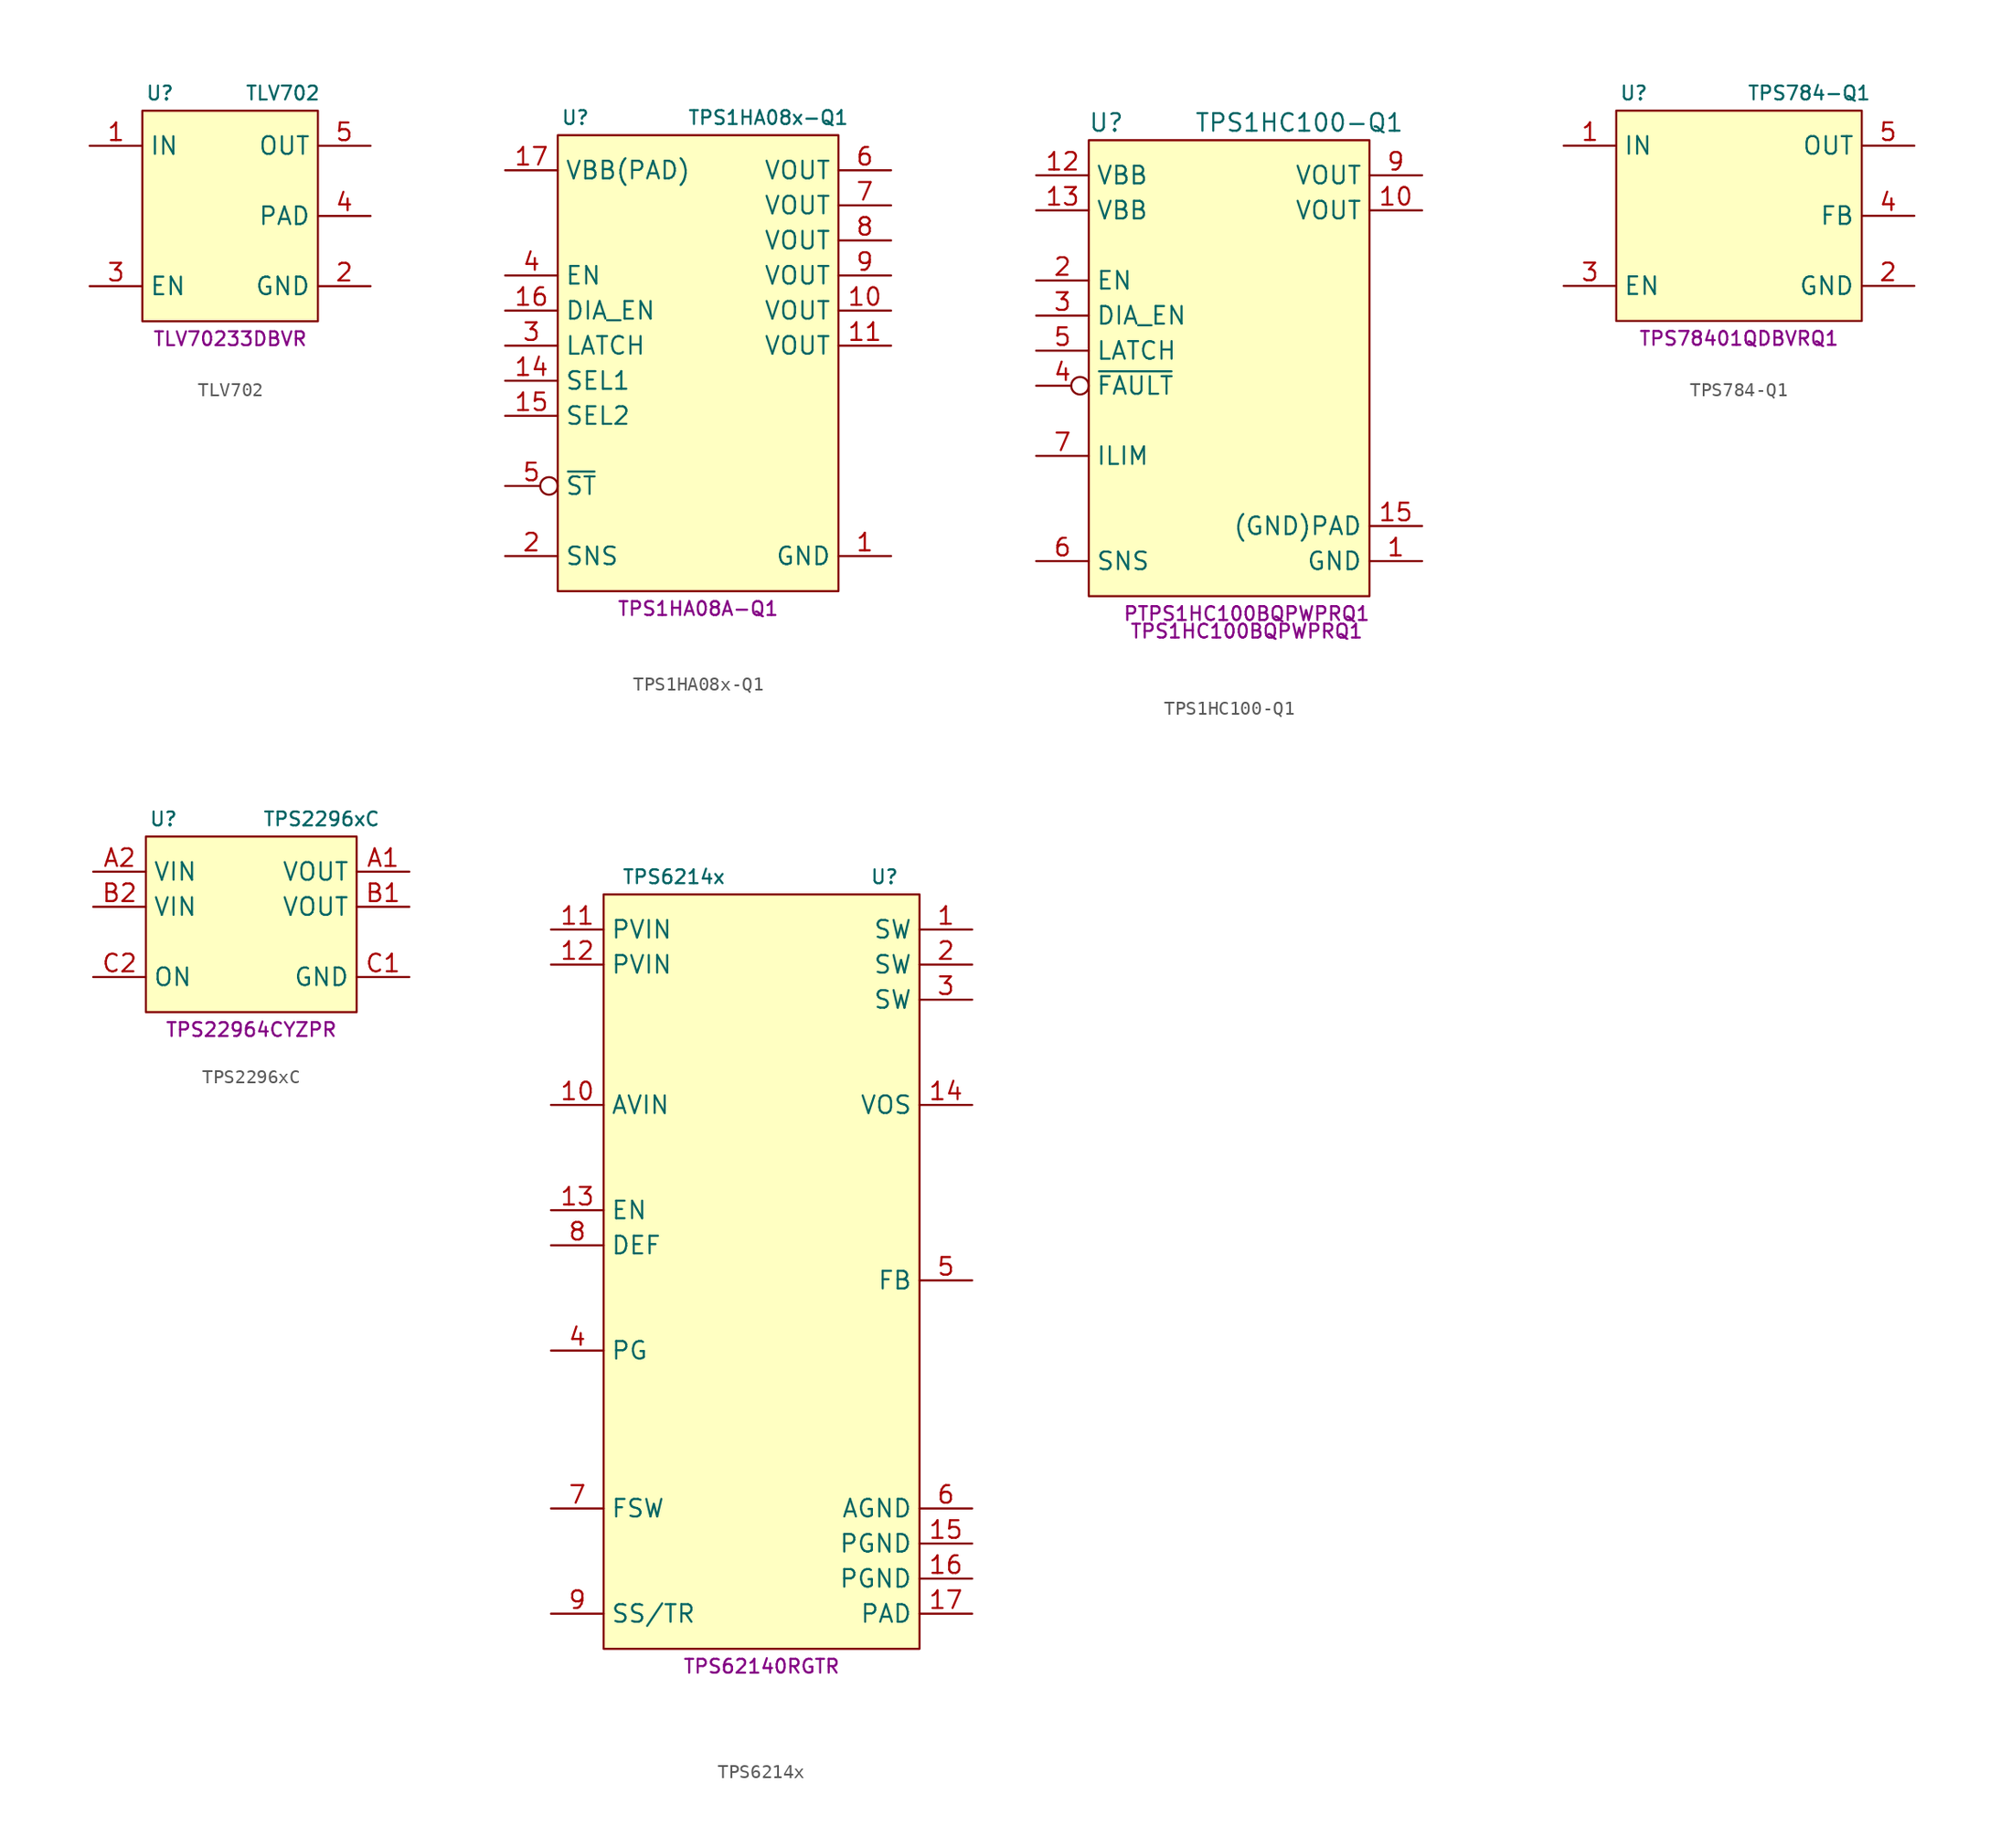
<source format=kicad_sym>
(kicad_symbol_lib
  (version 20231120)
  (generator "kicad_symbol_editor")
  (generator_version "8.0")
  (symbol "TLV702"
    (property "Reference" "U"
      (at -5.08 8.89 0)
      (effects (font (size 1 1))))
    (property "Value" "TLV702"
      (at 3.81 8.89 0)
      (effects (font (size 1 1))))
    (property "MPN" "TLV70233DBVR"
      (at 0 -8.89 0)
      (effects (font (size 1 1))))
    (symbol "TLV702_0_1"
      (rectangle (start -6.35 7.62) (end 6.35 -7.62) (stroke (width 0) (type default)) (fill (type background))))
    (symbol "TLV702_1_1"
      (pin power_in line (at -10.16 5.08 0) (length 3.81) (name "IN" (effects (font (size 1.27 1.27)))) (number "1" (effects (font (size 1.27 1.27)))))
      (pin power_in line (at 10.16 -5.08 180) (length 3.81) (name "GND" (effects (font (size 1.27 1.27)))) (number "2" (effects (font (size 1.27 1.27)))))
      (pin input line (at -10.16 -5.08 0) (length 3.81) (name "EN" (effects (font (size 1.27 1.27)))) (number "3" (effects (font (size 1.27 1.27)))))
      (pin passive line (at 10.16 0 180) (length 3.81) (name "PAD" (effects (font (size 1.27 1.27)))) (number "4" (effects (font (size 1.27 1.27)))))
      (pin power_out line (at 10.16 5.08 180) (length 3.81) (name "OUT" (effects (font (size 1.27 1.27)))) (number "5" (effects (font (size 1.27 1.27)))))))
  (symbol "TPS1HA08x-Q1"
    (property "Reference" "U"
      (at -8.89 19.05 0)
      (effects (font (size 1 1))))
    (property "Value" "TPS1HA08x-Q1"
      (at 5.08 19.05 0)
      (effects (font (size 1 1))))
    (property "MPN" "TPS1HA08A-Q1"
      (at 0 -16.51 0)
      (effects (font (size 1 1))))
    (symbol "TPS1HA08x-Q1_0_1"
      (rectangle (start -10.16 17.78) (end 10.16 -15.24) (stroke (width 0.152) (type default)) (fill (type background))))
    (symbol "TPS1HA08x-Q1_1_1"
      (pin power_in line (at 13.97 -12.7 180) (length 3.81) (name "GND" (effects (font (size 1.27 1.27)))) (number "1" (effects (font (size 1.27 1.27)))))
      (pin power_out line (at 13.97 5.08 180) (length 3.81) (name "VOUT" (effects (font (size 1.27 1.27)))) (number "10" (effects (font (size 1.27 1.27)))))
      (pin power_out line (at 13.97 2.54 180) (length 3.81) (name "VOUT" (effects (font (size 1.27 1.27)))) (number "11" (effects (font (size 1.27 1.27)))))
      (pin input line (at -13.97 0 0) (length 3.81) (name "SEL1" (effects (font (size 1.27 1.27)))) (number "14" (effects (font (size 1.27 1.27)))))
      (pin input line (at -13.97 -2.54 0) (length 3.81) (name "SEL2" (effects (font (size 1.27 1.27)))) (number "15" (effects (font (size 1.27 1.27)))))
      (pin input line (at -13.97 5.08 0) (length 3.81) (name "DIA_EN" (effects (font (size 1.27 1.27)))) (number "16" (effects (font (size 1.27 1.27)))))
      (pin power_out line (at -13.97 15.24 0) (length 3.81) (name "VBB(PAD)" (effects (font (size 1.27 1.27)))) (number "17" (effects (font (size 1.27 1.27)))))
      (pin output line (at -13.97 -12.7 0) (length 3.81) (name "SNS" (effects (font (size 1.27 1.27)))) (number "2" (effects (font (size 1.27 1.27)))))
      (pin input line (at -13.97 2.54 0) (length 3.81) (name "LATCH" (effects (font (size 1.27 1.27)))) (number "3" (effects (font (size 1.27 1.27)))))
      (pin input line (at -13.97 7.62 0) (length 3.81) (name "EN" (effects (font (size 1.27 1.27)))) (number "4" (effects (font (size 1.27 1.27)))))
      (pin output inverted (at -13.97 -7.62 0) (length 3.81) (name "~{ST}" (effects (font (size 1.27 1.27)))) (number "5" (effects (font (size 1.27 1.27)))))
      (pin power_out line (at 13.97 15.24 180) (length 3.81) (name "VOUT" (effects (font (size 1.27 1.27)))) (number "6" (effects (font (size 1.27 1.27)))))
      (pin power_out line (at 13.97 12.7 180) (length 3.81) (name "VOUT" (effects (font (size 1.27 1.27)))) (number "7" (effects (font (size 1.27 1.27)))))
      (pin power_out line (at 13.97 10.16 180) (length 3.81) (name "VOUT" (effects (font (size 1.27 1.27)))) (number "8" (effects (font (size 1.27 1.27)))))
      (pin power_out line (at 13.97 7.62 180) (length 3.81) (name "VOUT" (effects (font (size 1.27 1.27)))) (number "9" (effects (font (size 1.27 1.27)))))))
  (symbol "TPS1HC100-Q1"
    (property "Reference" "U"
      (at -8.89 19.05 0)
      (effects (font (size 1.27 1.27))))
    (property "Value" "TPS1HC100-Q1"
      (at 5.08 19.05 0)
      (effects (font (size 1.27 1.27))))
    (property "MPN" "PTPS1HC100BQPWPRQ1"
      (at 1.27 -16.51 0)
      (effects (font (size 1 1))))
    (property "MPN2" "TPS1HC100BQPWPRQ1"
      (at 1.27 -17.78 0)
      (effects (font (size 1 1))))
    (symbol "TPS1HC100-Q1_0_1"
      (rectangle (start -10.16 17.78) (end 10.16 -15.24) (stroke (width 0.152) (type default)) (fill (type background))))
    (symbol "TPS1HC100-Q1_1_1"
      (pin power_in line (at 13.97 -12.7 180) (length 3.81) (name "GND" (effects (font (size 1.27 1.27)))) (number "1" (effects (font (size 1.27 1.27)))))
      (pin power_out line (at 13.97 12.7 180) (length 3.81) (name "VOUT" (effects (font (size 1.27 1.27)))) (number "10" (effects (font (size 1.27 1.27)))))
      (pin power_out line (at -13.97 15.24 0) (length 3.81) (name "VBB" (effects (font (size 1.27 1.27)))) (number "12" (effects (font (size 1.27 1.27)))))
      (pin power_out line (at -13.97 12.7 0) (length 3.81) (name "VBB" (effects (font (size 1.27 1.27)))) (number "13" (effects (font (size 1.27 1.27)))))
      (pin power_in line (at 13.97 -10.16 180) (length 3.81) (name "(GND)PAD" (effects (font (size 1.27 1.27)))) (number "15" (effects (font (size 1.27 1.27)))))
      (pin input line (at -13.97 7.62 0) (length 3.81) (name "EN" (effects (font (size 1.27 1.27)))) (number "2" (effects (font (size 1.27 1.27)))))
      (pin input line (at -13.97 5.08 0) (length 3.81) (name "DIA_EN" (effects (font (size 1.27 1.27)))) (number "3" (effects (font (size 1.27 1.27)))))
      (pin open_collector inverted (at -13.97 0 0) (length 3.81) (name "~{FAULT}" (effects (font (size 1.27 1.27)))) (number "4" (effects (font (size 1.27 1.27)))))
      (pin input line (at -13.97 2.54 0) (length 3.81) (name "LATCH" (effects (font (size 1.27 1.27)))) (number "5" (effects (font (size 1.27 1.27)))))
      (pin output line (at -13.97 -12.7 0) (length 3.81) (name "SNS" (effects (font (size 1.27 1.27)))) (number "6" (effects (font (size 1.27 1.27)))))
      (pin passive line (at -13.97 -5.08 0) (length 3.81) (name "ILIM" (effects (font (size 1.27 1.27)))) (number "7" (effects (font (size 1.27 1.27)))))
      (pin power_out line (at 13.97 15.24 180) (length 3.81) (name "VOUT" (effects (font (size 1.27 1.27)))) (number "9" (effects (font (size 1.27 1.27)))))))
  (symbol "TPS784-Q1"
    (property "Reference" "U"
      (at -7.62 8.89 0)
      (effects (font (size 1 1))))
    (property "Value" "TPS784-Q1"
      (at 5.08 8.89 0)
      (effects (font (size 1 1))))
    (property "MPN" "TPS78401QDBVRQ1"
      (at 0 -8.89 0)
      (effects (font (size 1 1))))
    (symbol "TPS784-Q1_0_1"
      (rectangle (start -8.89 7.62) (end 8.89 -7.62) (stroke (width 0) (type default)) (fill (type background))))
    (symbol "TPS784-Q1_1_1"
      (pin power_in line (at -12.7 5.08 0) (length 3.81) (name "IN" (effects (font (size 1.27 1.27)))) (number "1" (effects (font (size 1.27 1.27)))))
      (pin power_in line (at 12.7 -5.08 180) (length 3.81) (name "GND" (effects (font (size 1.27 1.27)))) (number "2" (effects (font (size 1.27 1.27)))))
      (pin input line (at -12.7 -5.08 0) (length 3.81) (name "EN" (effects (font (size 1.27 1.27)))) (number "3" (effects (font (size 1.27 1.27)))))
      (pin passive line (at 12.7 0 180) (length 3.81) (name "FB" (effects (font (size 1.27 1.27)))) (number "4" (effects (font (size 1.27 1.27)))))
      (pin power_out line (at 12.7 5.08 180) (length 3.81) (name "OUT" (effects (font (size 1.27 1.27)))) (number "5" (effects (font (size 1.27 1.27)))))))
  (symbol "TPS2296xC"
    (property "Reference" "U"
      (at -6.35 6.35 0)
      (effects (font (size 1 1))))
    (property "Value" "TPS2296xC"
      (at 5.08 6.35 0)
      (effects (font (size 1 1))))
    (property "MPN" "TPS22964CYZPR"
      (at 0 -8.89 0)
      (effects (font (size 1 1))))
    (symbol "TPS2296xC_0_1"
      (rectangle (start -7.62 5.08) (end 7.62 -7.62) (stroke (width 0.152) (type default)) (fill (type background))))
    (symbol "TPS2296xC_1_1"
      (pin power_out line (at 11.43 2.54 180) (length 3.81) (name "VOUT" (effects (font (size 1.27 1.27)))) (number "A1" (effects (font (size 1.27 1.27)))))
      (pin power_in line (at -11.43 2.54 0) (length 3.81) (name "VIN" (effects (font (size 1.27 1.27)))) (number "A2" (effects (font (size 1.27 1.27)))))
      (pin power_out line (at 11.43 0 180) (length 3.81) (name "VOUT" (effects (font (size 1.27 1.27)))) (number "B1" (effects (font (size 1.27 1.27)))))
      (pin power_in line (at -11.43 0 0) (length 3.81) (name "VIN" (effects (font (size 1.27 1.27)))) (number "B2" (effects (font (size 1.27 1.27)))))
      (pin power_in line (at 11.43 -5.08 180) (length 3.81) (name "GND" (effects (font (size 1.27 1.27)))) (number "C1" (effects (font (size 1.27 1.27)))))
      (pin input line (at -11.43 -5.08 0) (length 3.81) (name "ON" (effects (font (size 1.27 1.27)))) (number "C2" (effects (font (size 1.27 1.27)))))))
  (symbol "TPS6214x"
    (property "Reference" "U"
      (at 8.89 29.21 0)
      (effects (font (size 1 1))))
    (property "Value" "TPS6214x"
      (at -6.35 29.21 0)
      (effects (font (size 1 1))))
    (property "MPN" "TPS62140RGTR"
      (at 0 -27.94 0)
      (effects (font (size 1 1))))
    (symbol "TPS6214x_0_1"
      (rectangle (start -11.43 27.94) (end 11.43 -26.67) (stroke (width 0) (type default)) (fill (type background))))
    (symbol "TPS6214x_1_1"
      (pin power_out line (at 15.24 25.4 180) (length 3.81) (name "SW" (effects (font (size 1.27 1.27)))) (number "1" (effects (font (size 1.27 1.27)))))
      (pin power_in line (at -15.24 12.7 0) (length 3.81) (name "AVIN" (effects (font (size 1.27 1.27)))) (number "10" (effects (font (size 1.27 1.27)))))
      (pin power_in line (at -15.24 25.4 0) (length 3.81) (name "PVIN" (effects (font (size 1.27 1.27)))) (number "11" (effects (font (size 1.27 1.27)))))
      (pin power_in line (at -15.24 22.86 0) (length 3.81) (name "PVIN" (effects (font (size 1.27 1.27)))) (number "12" (effects (font (size 1.27 1.27)))))
      (pin input line (at -15.24 5.08 0) (length 3.81) (name "EN" (effects (font (size 1.27 1.27)))) (number "13" (effects (font (size 1.27 1.27)))))
      (pin passive line (at 15.24 12.7 180) (length 3.81) (name "VOS" (effects (font (size 1.27 1.27)))) (number "14" (effects (font (size 1.27 1.27)))))
      (pin power_in line (at 15.24 -19.05 180) (length 3.81) (name "PGND" (effects (font (size 1.27 1.27)))) (number "15" (effects (font (size 1.27 1.27)))))
      (pin power_in line (at 15.24 -21.59 180) (length 3.81) (name "PGND" (effects (font (size 1.27 1.27)))) (number "16" (effects (font (size 1.27 1.27)))))
      (pin power_in line (at 15.24 -24.13 180) (length 3.81) (name "PAD" (effects (font (size 1.27 1.27)))) (number "17" (effects (font (size 1.27 1.27)))))
      (pin power_out line (at 15.24 22.86 180) (length 3.81) (name "SW" (effects (font (size 1.27 1.27)))) (number "2" (effects (font (size 1.27 1.27)))))
      (pin power_out line (at 15.24 20.32 180) (length 3.81) (name "SW" (effects (font (size 1.27 1.27)))) (number "3" (effects (font (size 1.27 1.27)))))
      (pin open_collector line (at -15.24 -5.08 0) (length 3.81) (name "PG" (effects (font (size 1.27 1.27)))) (number "4" (effects (font (size 1.27 1.27)))))
      (pin passive line (at 15.24 0 180) (length 3.81) (name "FB" (effects (font (size 1.27 1.27)))) (number "5" (effects (font (size 1.27 1.27)))))
      (pin power_in line (at 15.24 -16.51 180) (length 3.81) (name "AGND" (effects (font (size 1.27 1.27)))) (number "6" (effects (font (size 1.27 1.27)))))
      (pin input line (at -15.24 -16.51 0) (length 3.81) (name "FSW" (effects (font (size 1.27 1.27)))) (number "7" (effects (font (size 1.27 1.27)))))
      (pin input line (at -15.24 2.54 0) (length 3.81) (name "DEF" (effects (font (size 1.27 1.27)))) (number "8" (effects (font (size 1.27 1.27)))))
      (pin passive line (at -15.24 -24.13 0) (length 3.81) (name "SS/TR" (effects (font (size 1.27 1.27)))) (number "9" (effects (font (size 1.27 1.27))))))))
</source>
